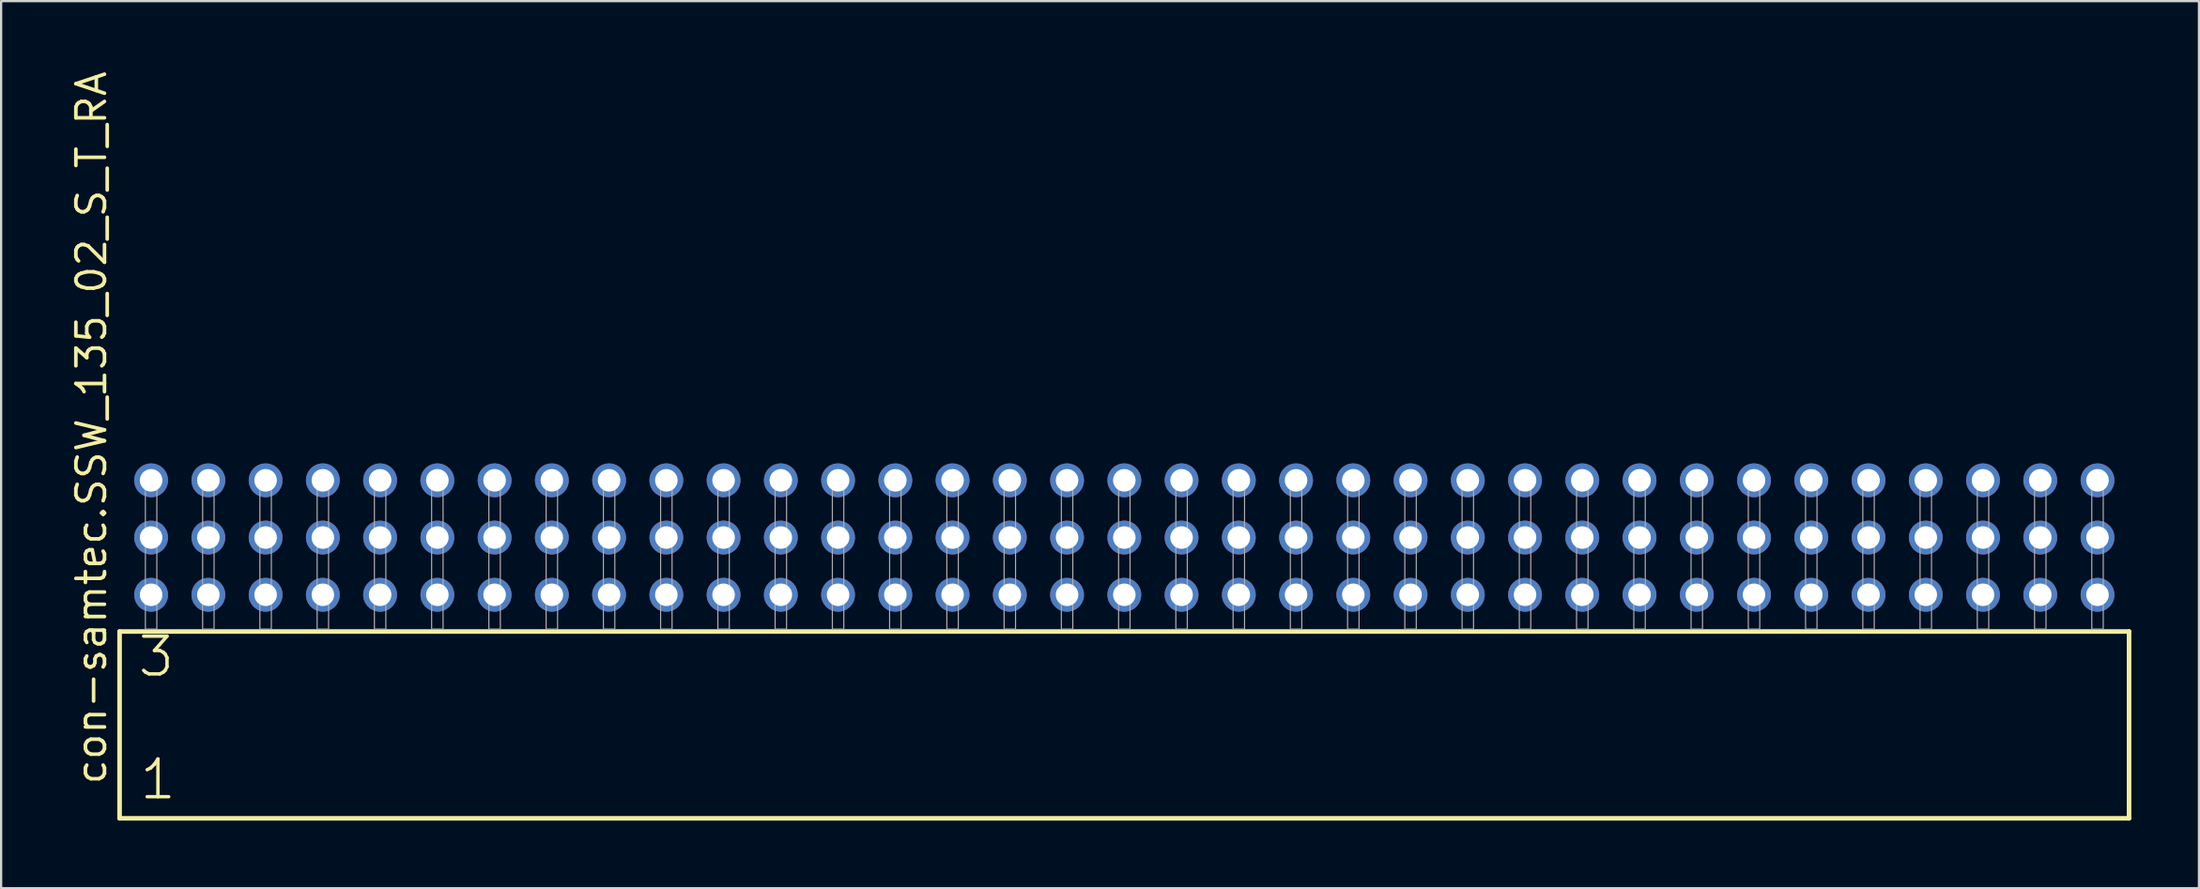
<source format=kicad_pcb>
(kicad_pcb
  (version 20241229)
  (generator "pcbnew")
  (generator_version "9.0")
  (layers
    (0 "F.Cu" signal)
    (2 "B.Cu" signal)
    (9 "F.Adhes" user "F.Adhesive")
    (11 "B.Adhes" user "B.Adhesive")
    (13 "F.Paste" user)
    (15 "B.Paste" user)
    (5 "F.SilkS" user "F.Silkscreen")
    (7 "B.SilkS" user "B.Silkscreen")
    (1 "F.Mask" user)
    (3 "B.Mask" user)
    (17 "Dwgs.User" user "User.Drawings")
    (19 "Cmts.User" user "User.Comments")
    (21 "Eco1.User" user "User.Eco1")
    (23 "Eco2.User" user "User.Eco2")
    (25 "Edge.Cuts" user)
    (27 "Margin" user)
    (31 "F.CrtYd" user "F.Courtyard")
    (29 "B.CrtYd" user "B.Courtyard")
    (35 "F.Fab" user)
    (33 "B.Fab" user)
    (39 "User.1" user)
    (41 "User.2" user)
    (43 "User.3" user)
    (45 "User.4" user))
  (footprint "con-samtec.SSW_135_02_S_T_RA"
    (layer "F.Cu")
    (at 46.835 24.87)
    (property "Reference" "con-samtec.SSW_135_02_S_T_RA" (at -45.085 6.985 90) (layer "F.SilkS") (effects (font (size 1.27 1.27) (thickness 0.16)) (justify left bottom)))
    (attr through_hole)
    (fp_line (start -44.579 0.106) (end -44.579 8.396) (stroke (width 0.203) (type default)) (layer "F.SilkS"))
    (fp_line (start -44.579 8.396) (end 44.579 8.396) (stroke (width 0.203) (type default)) (layer "F.SilkS"))
    (fp_line (start 44.579 0.106) (end -44.579 0.106) (stroke (width 0.203) (type default)) (layer "F.SilkS"))
    (fp_line (start 44.579 8.396) (end 44.579 0.106) (stroke (width 0.203) (type default)) (layer "F.SilkS"))
    (fp_rect (start -43.434 0) (end -42.926 -6.858) (stroke (width 0.05) (type default)) (fill no) (layer "F.Fab"))
    (fp_rect (start -40.894 0) (end -40.386 -6.858) (stroke (width 0.05) (type default)) (fill no) (layer "F.Fab"))
    (fp_rect (start -38.354 0) (end -37.846 -6.858) (stroke (width 0.05) (type default)) (fill no) (layer "F.Fab"))
    (fp_rect (start -35.814 0) (end -35.306 -6.858) (stroke (width 0.05) (type default)) (fill no) (layer "F.Fab"))
    (fp_rect (start -33.274 0) (end -32.766 -6.858) (stroke (width 0.05) (type default)) (fill no) (layer "F.Fab"))
    (fp_rect (start -30.734 0) (end -30.226 -6.858) (stroke (width 0.05) (type default)) (fill no) (layer "F.Fab"))
    (fp_rect (start -28.194 0) (end -27.686 -6.858) (stroke (width 0.05) (type default)) (fill no) (layer "F.Fab"))
    (fp_rect (start -25.654 0) (end -25.146 -6.858) (stroke (width 0.05) (type default)) (fill no) (layer "F.Fab"))
    (fp_rect (start -23.114 0) (end -22.606 -6.858) (stroke (width 0.05) (type default)) (fill no) (layer "F.Fab"))
    (fp_rect (start -20.574 0) (end -20.066 -6.858) (stroke (width 0.05) (type default)) (fill no) (layer "F.Fab"))
    (fp_rect (start -18.034 0) (end -17.526 -6.858) (stroke (width 0.05) (type default)) (fill no) (layer "F.Fab"))
    (fp_rect (start -15.494 0) (end -14.986 -6.858) (stroke (width 0.05) (type default)) (fill no) (layer "F.Fab"))
    (fp_rect (start -12.954 0) (end -12.446 -6.858) (stroke (width 0.05) (type default)) (fill no) (layer "F.Fab"))
    (fp_rect (start -10.414 0) (end -9.906 -6.858) (stroke (width 0.05) (type default)) (fill no) (layer "F.Fab"))
    (fp_rect (start -7.874 0) (end -7.366 -6.858) (stroke (width 0.05) (type default)) (fill no) (layer "F.Fab"))
    (fp_rect (start -5.334 0) (end -4.826 -6.858) (stroke (width 0.05) (type default)) (fill no) (layer "F.Fab"))
    (fp_rect (start -2.794 0) (end -2.286 -6.858) (stroke (width 0.05) (type default)) (fill no) (layer "F.Fab"))
    (fp_rect (start -0.254 0) (end 0.254 -6.858) (stroke (width 0.05) (type default)) (fill no) (layer "F.Fab"))
    (fp_rect (start 2.286 0) (end 2.794 -6.858) (stroke (width 0.05) (type default)) (fill no) (layer "F.Fab"))
    (fp_rect (start 4.826 0) (end 5.334 -6.858) (stroke (width 0.05) (type default)) (fill no) (layer "F.Fab"))
    (fp_rect (start 7.366 0) (end 7.874 -6.858) (stroke (width 0.05) (type default)) (fill no) (layer "F.Fab"))
    (fp_rect (start 9.906 0) (end 10.414 -6.858) (stroke (width 0.05) (type default)) (fill no) (layer "F.Fab"))
    (fp_rect (start 12.446 0) (end 12.954 -6.858) (stroke (width 0.05) (type default)) (fill no) (layer "F.Fab"))
    (fp_rect (start 14.986 0) (end 15.494 -6.858) (stroke (width 0.05) (type default)) (fill no) (layer "F.Fab"))
    (fp_rect (start 17.526 0) (end 18.034 -6.858) (stroke (width 0.05) (type default)) (fill no) (layer "F.Fab"))
    (fp_rect (start 20.066 0) (end 20.574 -6.858) (stroke (width 0.05) (type default)) (fill no) (layer "F.Fab"))
    (fp_rect (start 22.606 0) (end 23.114 -6.858) (stroke (width 0.05) (type default)) (fill no) (layer "F.Fab"))
    (fp_rect (start 25.146 0) (end 25.654 -6.858) (stroke (width 0.05) (type default)) (fill no) (layer "F.Fab"))
    (fp_rect (start 27.686 0) (end 28.194 -6.858) (stroke (width 0.05) (type default)) (fill no) (layer "F.Fab"))
    (fp_rect (start 30.226 0) (end 30.734 -6.858) (stroke (width 0.05) (type default)) (fill no) (layer "F.Fab"))
    (fp_rect (start 32.766 0) (end 33.274 -6.858) (stroke (width 0.05) (type default)) (fill no) (layer "F.Fab"))
    (fp_rect (start 35.306 0) (end 35.814 -6.858) (stroke (width 0.05) (type default)) (fill no) (layer "F.Fab"))
    (fp_rect (start 37.846 0) (end 38.354 -6.858) (stroke (width 0.05) (type default)) (fill no) (layer "F.Fab"))
    (fp_rect (start 40.386 0) (end 40.894 -6.858) (stroke (width 0.05) (type default)) (fill no) (layer "F.Fab"))
    (fp_rect (start 42.926 0) (end 43.434 -6.858) (stroke (width 0.05) (type default)) (fill no) (layer "F.Fab"))
    (fp_text user "3" (at -43.85 2.2 0) (layer "F.SilkS") (effects (font (size 1.676 1.676) (thickness 0.15)) (justify left bottom)))
    (fp_text user "1" (at -43.775 7.65 0) (layer "F.SilkS") (effects (font (size 1.676 1.676) (thickness 0.15)) (justify left bottom)))
    (pad "1" thru_hole circle (at -43.18 -1.524) (size 1.5 1.5) (drill 1) (layers "*.Cu" "*.Mask"))
    (pad "2" thru_hole circle (at -43.18 -4.064) (size 1.5 1.5) (drill 1) (layers "*.Cu" "*.Mask"))
    (pad "3" thru_hole circle (at -43.18 -6.604) (size 1.5 1.5) (drill 1) (layers "*.Cu" "*.Mask"))
    (pad "4" thru_hole circle (at -40.64 -1.524) (size 1.5 1.5) (drill 1) (layers "*.Cu" "*.Mask"))
    (pad "5" thru_hole circle (at -40.64 -4.064) (size 1.5 1.5) (drill 1) (layers "*.Cu" "*.Mask"))
    (pad "6" thru_hole circle (at -40.64 -6.604) (size 1.5 1.5) (drill 1) (layers "*.Cu" "*.Mask"))
    (pad "7" thru_hole circle (at -38.1 -1.524) (size 1.5 1.5) (drill 1) (layers "*.Cu" "*.Mask"))
    (pad "8" thru_hole circle (at -38.1 -4.064) (size 1.5 1.5) (drill 1) (layers "*.Cu" "*.Mask"))
    (pad "9" thru_hole circle (at -38.1 -6.604) (size 1.5 1.5) (drill 1) (layers "*.Cu" "*.Mask"))
    (pad "10" thru_hole circle (at -35.56 -1.524) (size 1.5 1.5) (drill 1) (layers "*.Cu" "*.Mask"))
    (pad "11" thru_hole circle (at -35.56 -4.064) (size 1.5 1.5) (drill 1) (layers "*.Cu" "*.Mask"))
    (pad "12" thru_hole circle (at -35.56 -6.604) (size 1.5 1.5) (drill 1) (layers "*.Cu" "*.Mask"))
    (pad "13" thru_hole circle (at -33.02 -1.524) (size 1.5 1.5) (drill 1) (layers "*.Cu" "*.Mask"))
    (pad "14" thru_hole circle (at -33.02 -4.064) (size 1.5 1.5) (drill 1) (layers "*.Cu" "*.Mask"))
    (pad "15" thru_hole circle (at -33.02 -6.604) (size 1.5 1.5) (drill 1) (layers "*.Cu" "*.Mask"))
    (pad "16" thru_hole circle (at -30.48 -1.524) (size 1.5 1.5) (drill 1) (layers "*.Cu" "*.Mask"))
    (pad "17" thru_hole circle (at -30.48 -4.064) (size 1.5 1.5) (drill 1) (layers "*.Cu" "*.Mask"))
    (pad "18" thru_hole circle (at -30.48 -6.604) (size 1.5 1.5) (drill 1) (layers "*.Cu" "*.Mask"))
    (pad "19" thru_hole circle (at -27.94 -1.524) (size 1.5 1.5) (drill 1) (layers "*.Cu" "*.Mask"))
    (pad "20" thru_hole circle (at -27.94 -4.064) (size 1.5 1.5) (drill 1) (layers "*.Cu" "*.Mask"))
    (pad "21" thru_hole circle (at -27.94 -6.604) (size 1.5 1.5) (drill 1) (layers "*.Cu" "*.Mask"))
    (pad "22" thru_hole circle (at -25.4 -1.524) (size 1.5 1.5) (drill 1) (layers "*.Cu" "*.Mask"))
    (pad "23" thru_hole circle (at -25.4 -4.064) (size 1.5 1.5) (drill 1) (layers "*.Cu" "*.Mask"))
    (pad "24" thru_hole circle (at -25.4 -6.604) (size 1.5 1.5) (drill 1) (layers "*.Cu" "*.Mask"))
    (pad "25" thru_hole circle (at -22.86 -1.524) (size 1.5 1.5) (drill 1) (layers "*.Cu" "*.Mask"))
    (pad "26" thru_hole circle (at -22.86 -4.064) (size 1.5 1.5) (drill 1) (layers "*.Cu" "*.Mask"))
    (pad "27" thru_hole circle (at -22.86 -6.604) (size 1.5 1.5) (drill 1) (layers "*.Cu" "*.Mask"))
    (pad "28" thru_hole circle (at -20.32 -1.524) (size 1.5 1.5) (drill 1) (layers "*.Cu" "*.Mask"))
    (pad "29" thru_hole circle (at -20.32 -4.064) (size 1.5 1.5) (drill 1) (layers "*.Cu" "*.Mask"))
    (pad "30" thru_hole circle (at -20.32 -6.604) (size 1.5 1.5) (drill 1) (layers "*.Cu" "*.Mask"))
    (pad "31" thru_hole circle (at -17.78 -1.524) (size 1.5 1.5) (drill 1) (layers "*.Cu" "*.Mask"))
    (pad "32" thru_hole circle (at -17.78 -4.064) (size 1.5 1.5) (drill 1) (layers "*.Cu" "*.Mask"))
    (pad "33" thru_hole circle (at -17.78 -6.604) (size 1.5 1.5) (drill 1) (layers "*.Cu" "*.Mask"))
    (pad "34" thru_hole circle (at -15.24 -1.524) (size 1.5 1.5) (drill 1) (layers "*.Cu" "*.Mask"))
    (pad "35" thru_hole circle (at -15.24 -4.064) (size 1.5 1.5) (drill 1) (layers "*.Cu" "*.Mask"))
    (pad "36" thru_hole circle (at -15.24 -6.604) (size 1.5 1.5) (drill 1) (layers "*.Cu" "*.Mask"))
    (pad "37" thru_hole circle (at -12.7 -1.524) (size 1.5 1.5) (drill 1) (layers "*.Cu" "*.Mask"))
    (pad "38" thru_hole circle (at -12.7 -4.064) (size 1.5 1.5) (drill 1) (layers "*.Cu" "*.Mask"))
    (pad "39" thru_hole circle (at -12.7 -6.604) (size 1.5 1.5) (drill 1) (layers "*.Cu" "*.Mask"))
    (pad "40" thru_hole circle (at -10.16 -1.524) (size 1.5 1.5) (drill 1) (layers "*.Cu" "*.Mask"))
    (pad "41" thru_hole circle (at -10.16 -4.064) (size 1.5 1.5) (drill 1) (layers "*.Cu" "*.Mask"))
    (pad "42" thru_hole circle (at -10.16 -6.604) (size 1.5 1.5) (drill 1) (layers "*.Cu" "*.Mask"))
    (pad "43" thru_hole circle (at -7.62 -1.524) (size 1.5 1.5) (drill 1) (layers "*.Cu" "*.Mask"))
    (pad "44" thru_hole circle (at -7.62 -4.064) (size 1.5 1.5) (drill 1) (layers "*.Cu" "*.Mask"))
    (pad "45" thru_hole circle (at -7.62 -6.604) (size 1.5 1.5) (drill 1) (layers "*.Cu" "*.Mask"))
    (pad "46" thru_hole circle (at -5.08 -1.524) (size 1.5 1.5) (drill 1) (layers "*.Cu" "*.Mask"))
    (pad "47" thru_hole circle (at -5.08 -4.064) (size 1.5 1.5) (drill 1) (layers "*.Cu" "*.Mask"))
    (pad "48" thru_hole circle (at -5.08 -6.604) (size 1.5 1.5) (drill 1) (layers "*.Cu" "*.Mask"))
    (pad "49" thru_hole circle (at -2.54 -1.524) (size 1.5 1.5) (drill 1) (layers "*.Cu" "*.Mask"))
    (pad "50" thru_hole circle (at -2.54 -4.064) (size 1.5 1.5) (drill 1) (layers "*.Cu" "*.Mask"))
    (pad "51" thru_hole circle (at -2.54 -6.604) (size 1.5 1.5) (drill 1) (layers "*.Cu" "*.Mask"))
    (pad "52" thru_hole circle (at 0 -1.524) (size 1.5 1.5) (drill 1) (layers "*.Cu" "*.Mask"))
    (pad "53" thru_hole circle (at 0 -4.064) (size 1.5 1.5) (drill 1) (layers "*.Cu" "*.Mask"))
    (pad "54" thru_hole circle (at 0 -6.604) (size 1.5 1.5) (drill 1) (layers "*.Cu" "*.Mask"))
    (pad "55" thru_hole circle (at 2.54 -1.524) (size 1.5 1.5) (drill 1) (layers "*.Cu" "*.Mask"))
    (pad "56" thru_hole circle (at 2.54 -4.064) (size 1.5 1.5) (drill 1) (layers "*.Cu" "*.Mask"))
    (pad "57" thru_hole circle (at 2.54 -6.604) (size 1.5 1.5) (drill 1) (layers "*.Cu" "*.Mask"))
    (pad "58" thru_hole circle (at 5.08 -1.524) (size 1.5 1.5) (drill 1) (layers "*.Cu" "*.Mask"))
    (pad "59" thru_hole circle (at 5.08 -4.064) (size 1.5 1.5) (drill 1) (layers "*.Cu" "*.Mask"))
    (pad "60" thru_hole circle (at 5.08 -6.604) (size 1.5 1.5) (drill 1) (layers "*.Cu" "*.Mask"))
    (pad "61" thru_hole circle (at 7.62 -1.524) (size 1.5 1.5) (drill 1) (layers "*.Cu" "*.Mask"))
    (pad "62" thru_hole circle (at 7.62 -4.064) (size 1.5 1.5) (drill 1) (layers "*.Cu" "*.Mask"))
    (pad "63" thru_hole circle (at 7.62 -6.604) (size 1.5 1.5) (drill 1) (layers "*.Cu" "*.Mask"))
    (pad "64" thru_hole circle (at 10.16 -1.524) (size 1.5 1.5) (drill 1) (layers "*.Cu" "*.Mask"))
    (pad "65" thru_hole circle (at 10.16 -4.064) (size 1.5 1.5) (drill 1) (layers "*.Cu" "*.Mask"))
    (pad "66" thru_hole circle (at 10.16 -6.604) (size 1.5 1.5) (drill 1) (layers "*.Cu" "*.Mask"))
    (pad "67" thru_hole circle (at 12.7 -1.524) (size 1.5 1.5) (drill 1) (layers "*.Cu" "*.Mask"))
    (pad "68" thru_hole circle (at 12.7 -4.064) (size 1.5 1.5) (drill 1) (layers "*.Cu" "*.Mask"))
    (pad "69" thru_hole circle (at 12.7 -6.604) (size 1.5 1.5) (drill 1) (layers "*.Cu" "*.Mask"))
    (pad "70" thru_hole circle (at 15.24 -1.524) (size 1.5 1.5) (drill 1) (layers "*.Cu" "*.Mask"))
    (pad "71" thru_hole circle (at 15.24 -4.064) (size 1.5 1.5) (drill 1) (layers "*.Cu" "*.Mask"))
    (pad "72" thru_hole circle (at 15.24 -6.604) (size 1.5 1.5) (drill 1) (layers "*.Cu" "*.Mask"))
    (pad "73" thru_hole circle (at 17.78 -1.524) (size 1.5 1.5) (drill 1) (layers "*.Cu" "*.Mask"))
    (pad "74" thru_hole circle (at 17.78 -4.064) (size 1.5 1.5) (drill 1) (layers "*.Cu" "*.Mask"))
    (pad "75" thru_hole circle (at 17.78 -6.604) (size 1.5 1.5) (drill 1) (layers "*.Cu" "*.Mask"))
    (pad "76" thru_hole circle (at 20.32 -1.524) (size 1.5 1.5) (drill 1) (layers "*.Cu" "*.Mask"))
    (pad "77" thru_hole circle (at 20.32 -4.064) (size 1.5 1.5) (drill 1) (layers "*.Cu" "*.Mask"))
    (pad "78" thru_hole circle (at 20.32 -6.604) (size 1.5 1.5) (drill 1) (layers "*.Cu" "*.Mask"))
    (pad "79" thru_hole circle (at 22.86 -1.524) (size 1.5 1.5) (drill 1) (layers "*.Cu" "*.Mask"))
    (pad "80" thru_hole circle (at 22.86 -4.064) (size 1.5 1.5) (drill 1) (layers "*.Cu" "*.Mask"))
    (pad "81" thru_hole circle (at 22.86 -6.604) (size 1.5 1.5) (drill 1) (layers "*.Cu" "*.Mask"))
    (pad "82" thru_hole circle (at 25.4 -1.524) (size 1.5 1.5) (drill 1) (layers "*.Cu" "*.Mask"))
    (pad "83" thru_hole circle (at 25.4 -4.064) (size 1.5 1.5) (drill 1) (layers "*.Cu" "*.Mask"))
    (pad "84" thru_hole circle (at 25.4 -6.604) (size 1.5 1.5) (drill 1) (layers "*.Cu" "*.Mask"))
    (pad "85" thru_hole circle (at 27.94 -1.524) (size 1.5 1.5) (drill 1) (layers "*.Cu" "*.Mask"))
    (pad "86" thru_hole circle (at 27.94 -4.064) (size 1.5 1.5) (drill 1) (layers "*.Cu" "*.Mask"))
    (pad "87" thru_hole circle (at 27.94 -6.604) (size 1.5 1.5) (drill 1) (layers "*.Cu" "*.Mask"))
    (pad "88" thru_hole circle (at 30.48 -1.524) (size 1.5 1.5) (drill 1) (layers "*.Cu" "*.Mask"))
    (pad "89" thru_hole circle (at 30.48 -4.064) (size 1.5 1.5) (drill 1) (layers "*.Cu" "*.Mask"))
    (pad "90" thru_hole circle (at 30.48 -6.604) (size 1.5 1.5) (drill 1) (layers "*.Cu" "*.Mask"))
    (pad "91" thru_hole circle (at 33.02 -1.524) (size 1.5 1.5) (drill 1) (layers "*.Cu" "*.Mask"))
    (pad "92" thru_hole circle (at 33.02 -4.064) (size 1.5 1.5) (drill 1) (layers "*.Cu" "*.Mask"))
    (pad "93" thru_hole circle (at 33.02 -6.604) (size 1.5 1.5) (drill 1) (layers "*.Cu" "*.Mask"))
    (pad "94" thru_hole circle (at 35.56 -1.524) (size 1.5 1.5) (drill 1) (layers "*.Cu" "*.Mask"))
    (pad "95" thru_hole circle (at 35.56 -4.064) (size 1.5 1.5) (drill 1) (layers "*.Cu" "*.Mask"))
    (pad "96" thru_hole circle (at 35.56 -6.604) (size 1.5 1.5) (drill 1) (layers "*.Cu" "*.Mask"))
    (pad "97" thru_hole circle (at 38.1 -1.524) (size 1.5 1.5) (drill 1) (layers "*.Cu" "*.Mask"))
    (pad "98" thru_hole circle (at 38.1 -4.064) (size 1.5 1.5) (drill 1) (layers "*.Cu" "*.Mask"))
    (pad "99" thru_hole circle (at 38.1 -6.604) (size 1.5 1.5) (drill 1) (layers "*.Cu" "*.Mask"))
    (pad "100" thru_hole circle (at 40.64 -1.524) (size 1.5 1.5) (drill 1) (layers "*.Cu" "*.Mask"))
    (pad "101" thru_hole circle (at 40.64 -4.064) (size 1.5 1.5) (drill 1) (layers "*.Cu" "*.Mask"))
    (pad "102" thru_hole circle (at 40.64 -6.604) (size 1.5 1.5) (drill 1) (layers "*.Cu" "*.Mask"))
    (pad "103" thru_hole circle (at 43.18 -1.524) (size 1.5 1.5) (drill 1) (layers "*.Cu" "*.Mask"))
    (pad "104" thru_hole circle (at 43.18 -4.064) (size 1.5 1.5) (drill 1) (layers "*.Cu" "*.Mask"))
    (pad "105" thru_hole circle (at 43.18 -6.604) (size 1.5 1.5) (drill 1) (layers "*.Cu" "*.Mask")))
  (gr_rect
    (start -3 -3)
    (end 94.516 36.368)
    (stroke (width 0.1) (type default))
    (fill no)
    (layer "Edge.Cuts")))
</source>
